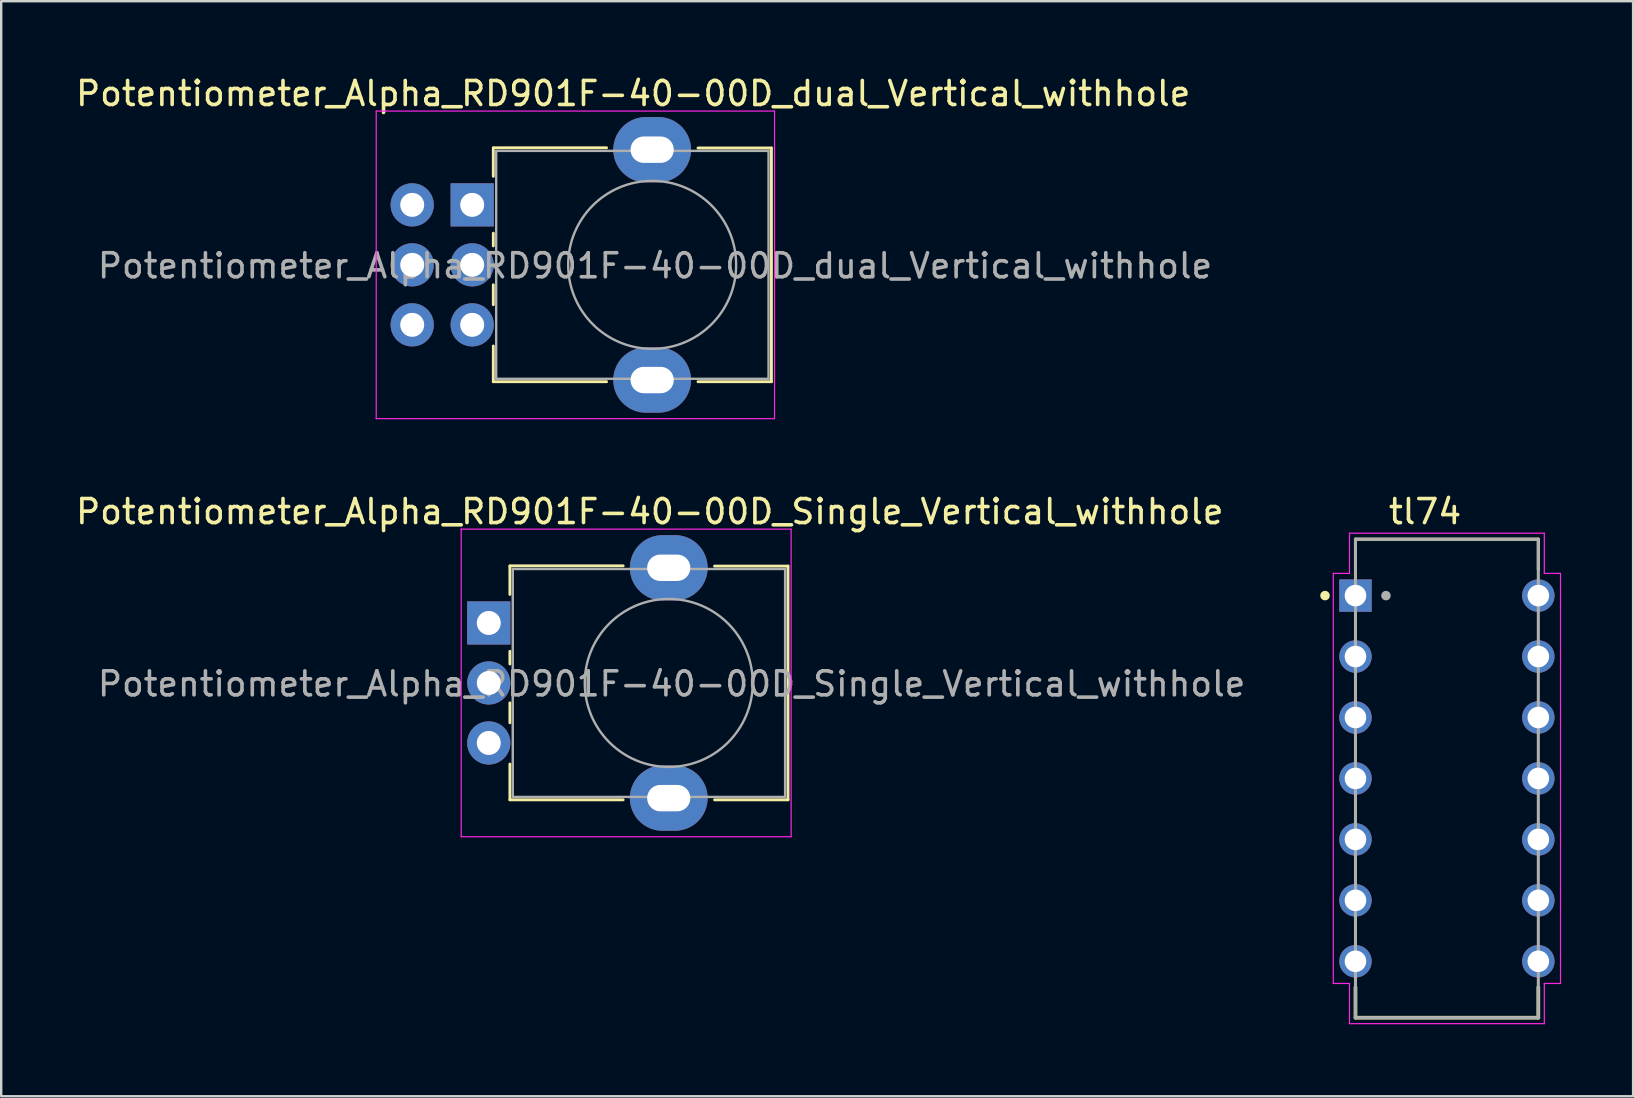
<source format=kicad_pcb>
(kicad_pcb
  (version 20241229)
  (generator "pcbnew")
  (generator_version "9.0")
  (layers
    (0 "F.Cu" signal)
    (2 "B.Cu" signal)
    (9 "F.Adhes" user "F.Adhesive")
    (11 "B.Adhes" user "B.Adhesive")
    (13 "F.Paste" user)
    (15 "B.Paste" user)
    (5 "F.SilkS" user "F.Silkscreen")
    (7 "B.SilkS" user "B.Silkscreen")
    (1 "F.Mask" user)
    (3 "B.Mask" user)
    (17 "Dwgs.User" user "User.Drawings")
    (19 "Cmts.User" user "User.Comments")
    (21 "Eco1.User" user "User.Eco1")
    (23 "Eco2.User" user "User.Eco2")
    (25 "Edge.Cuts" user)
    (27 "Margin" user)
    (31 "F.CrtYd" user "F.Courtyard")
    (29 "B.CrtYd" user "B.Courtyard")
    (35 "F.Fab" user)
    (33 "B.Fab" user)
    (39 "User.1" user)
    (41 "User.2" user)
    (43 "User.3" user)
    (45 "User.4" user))
  (footprint "Potentiometer_Alpha_RD901F-40-00D_dual_Vertical_withhole"
    (layer "F.Cu")
    (at 24.129 7.988)
    (property "Reference" "Potentiometer_Alpha_RD901F-40-00D_dual_Vertical_withhole" (at -0.79 -7.14 180) (layer "F.SilkS") (effects (font (size 1 1) (thickness 0.15))))
    (property "Description" "" (at -7.5 -2.5 0) (unlocked yes) (layer "F.Fab") (hide yes) (effects (font (size 1.27 1.27) (thickness 0.15))))
    (attr through_hole)
    (fp_line (start -6.62 -4.88) (end -1.9 -4.88) (stroke (width 0.12) (type solid)) (layer "F.SilkS"))
    (fp_line (start -6.62 -3.69) (end -6.62 -4.87) (stroke (width 0.12) (type solid)) (layer "F.SilkS"))
    (fp_line (start -6.62 -0.79) (end -6.62 -1.32) (stroke (width 0.12) (type solid)) (layer "F.SilkS"))
    (fp_line (start -6.62 1.66) (end -6.62 0.83) (stroke (width 0.12) (type solid)) (layer "F.SilkS"))
    (fp_line (start -6.62 4.87) (end -6.62 3.38) (stroke (width 0.12) (type solid)) (layer "F.SilkS"))
    (fp_line (start -6.62 4.87) (end -1.9 4.87) (stroke (width 0.12) (type solid)) (layer "F.SilkS"))
    (fp_line (start 1.91 -4.87) (end 4.97 -4.87) (stroke (width 0.12) (type solid)) (layer "F.SilkS"))
    (fp_line (start 1.91 4.87) (end 4.97 4.87) (stroke (width 0.12) (type solid)) (layer "F.SilkS"))
    (fp_line (start 4.97 4.87) (end 4.97 -4.87) (stroke (width 0.12) (type solid)) (layer "F.SilkS"))
    (fp_line (start -11.5 -6.41) (end -11.5 6.41) (stroke (width 0.05) (type solid)) (layer "F.CrtYd"))
    (fp_line (start -11.5 6.41) (end 5.1 6.41) (stroke (width 0.05) (type solid)) (layer "F.CrtYd"))
    (fp_line (start 5.1 -6.41) (end -11.5 -6.41) (stroke (width 0.05) (type solid)) (layer "F.CrtYd"))
    (fp_line (start 5.1 6.41) (end 5.1 -6.41) (stroke (width 0.05) (type solid)) (layer "F.CrtYd"))
    (fp_line (start -6.5 -4.75) (end 4.85 -4.75) (stroke (width 0.1) (type solid)) (layer "F.Fab"))
    (fp_line (start -6.5 4.75) (end -6.5 -4.75) (stroke (width 0.1) (type solid)) (layer "F.Fab"))
    (fp_line (start -6.5 4.75) (end 4.85 4.75) (stroke (width 0.1) (type solid)) (layer "F.Fab"))
    (fp_line (start 4.85 4.75) (end 4.85 -4.75) (stroke (width 0.1) (type solid)) (layer "F.Fab"))
    (fp_circle (center 0 0) (end 0 -3.5) (stroke (width 0.1) (type solid)) (fill no) (layer "F.Fab"))
    (fp_text user "${Description}" (at 7 0 90) (unlocked yes) (layer "F.SilkS") (effects (font (size 1 1) (thickness 0.1)) (justify bottom)))
    (fp_text user "${REFERENCE}" (at 0.12 0.04 0) (layer "F.Fab") (effects (font (size 1 1) (thickness 0.15))))
    (pad "" thru_hole oval (at 0 -4.8 90) (size 2.72 3.24) (drill oval 1.1 1.8) (layers "*.Cu" "*.Mask"))
    (pad "" thru_hole oval (at 0 4.8 90) (size 2.72 3.24) (drill oval 1.1 1.8) (layers "*.Cu" "*.Mask"))
    (pad "1" thru_hole rect (at -7.5 -2.5 90) (size 1.8 1.8) (drill 1) (layers "*.Cu" "*.Mask"))
    (pad "2" thru_hole circle (at -7.5 0 90) (size 1.8 1.8) (drill 1) (layers "*.Cu" "*.Mask"))
    (pad "3" thru_hole circle (at -7.5 2.5 90) (size 1.8 1.8) (drill 1) (layers "*.Cu" "*.Mask"))
    (pad "4" thru_hole circle (at -10 -2.5 90) (size 1.8 1.8) (drill 1) (layers "*.Cu" "*.Mask"))
    (pad "5" thru_hole circle (at -10 0 90) (size 1.8 1.8) (drill 1) (layers "*.Cu" "*.Mask"))
    (pad "6" thru_hole circle (at -10 2.5 90) (size 1.8 1.8) (drill 1) (layers "*.Cu" "*.Mask")))
  (footprint "Potentiometer_Alpha_RD901F-40-00D_Single_Vertical_withhole"
    (layer "F.Cu")
    (at 24.82 25.412)
    (property "Reference" "Potentiometer_Alpha_RD901F-40-00D_Single_Vertical_withhole" (at -0.79 -7.14 180) (layer "F.SilkS") (effects (font (size 1 1) (thickness 0.15))))
    (attr through_hole)
    (fp_line (start -6.62 -4.88) (end -1.9 -4.88) (stroke (width 0.12) (type solid)) (layer "F.SilkS"))
    (fp_line (start -6.62 -3.69) (end -6.62 -4.87) (stroke (width 0.12) (type solid)) (layer "F.SilkS"))
    (fp_line (start -6.62 -0.79) (end -6.62 -1.32) (stroke (width 0.12) (type solid)) (layer "F.SilkS"))
    (fp_line (start -6.62 1.66) (end -6.62 0.83) (stroke (width 0.12) (type solid)) (layer "F.SilkS"))
    (fp_line (start -6.62 4.87) (end -6.62 3.38) (stroke (width 0.12) (type solid)) (layer "F.SilkS"))
    (fp_line (start -6.62 4.87) (end -1.9 4.87) (stroke (width 0.12) (type solid)) (layer "F.SilkS"))
    (fp_line (start 1.91 -4.87) (end 4.97 -4.87) (stroke (width 0.12) (type solid)) (layer "F.SilkS"))
    (fp_line (start 1.91 4.87) (end 4.97 4.87) (stroke (width 0.12) (type solid)) (layer "F.SilkS"))
    (fp_line (start 4.97 4.87) (end 4.97 -4.87) (stroke (width 0.12) (type solid)) (layer "F.SilkS"))
    (fp_line (start -8.65 -6.41) (end -8.65 6.41) (stroke (width 0.05) (type solid)) (layer "F.CrtYd"))
    (fp_line (start -8.65 6.41) (end 5.1 6.41) (stroke (width 0.05) (type solid)) (layer "F.CrtYd"))
    (fp_line (start 5.1 -6.41) (end -8.65 -6.41) (stroke (width 0.05) (type solid)) (layer "F.CrtYd"))
    (fp_line (start 5.1 6.41) (end 5.1 -6.41) (stroke (width 0.05) (type solid)) (layer "F.CrtYd"))
    (fp_line (start -6.5 -4.75) (end 4.85 -4.75) (stroke (width 0.1) (type solid)) (layer "F.Fab"))
    (fp_line (start -6.5 4.75) (end -6.5 -4.75) (stroke (width 0.1) (type solid)) (layer "F.Fab"))
    (fp_line (start -6.5 4.75) (end 4.85 4.75) (stroke (width 0.1) (type solid)) (layer "F.Fab"))
    (fp_line (start 4.85 4.75) (end 4.85 -4.75) (stroke (width 0.1) (type solid)) (layer "F.Fab"))
    (fp_circle (center 0 0) (end 0 -3.5) (stroke (width 0.1) (type solid)) (fill no) (layer "F.Fab"))
    (fp_text user "${REFERENCE}" (at 0.12 0.04 0) (layer "F.Fab") (effects (font (size 1 1) (thickness 0.15))))
    (pad "" thru_hole oval (at 0 -4.8 90) (size 2.72 3.24) (drill oval 1.1 1.8) (layers "*.Cu" "*.Mask"))
    (pad "" thru_hole oval (at 0 4.8 90) (size 2.72 3.24) (drill oval 1.1 1.8) (layers "*.Cu" "*.Mask"))
    (pad "1" thru_hole rect (at -7.5 -2.5 90) (size 1.8 1.8) (drill 1) (layers "*.Cu" "*.Mask"))
    (pad "2" thru_hole circle (at -7.5 0 90) (size 1.8 1.8) (drill 1) (layers "*.Cu" "*.Mask"))
    (pad "3" thru_hole circle (at -7.5 2.5 90) (size 1.8 1.8) (drill 1) (layers "*.Cu" "*.Mask")))
  (footprint "tl74"
    (layer "F.Cu")
    (at 57.25 29.392)
    (property "Reference" "tl74" (at -0.91 -11.119 0) (layer "F.SilkS") (effects (font (size 1.002 1.002) (thickness 0.15))))
    (attr through_hole)
    (fp_line (start -3.81 -9.97) (end -3.81 -8.7) (stroke (width 0.127) (type solid)) (layer "F.SilkS"))
    (fp_line (start -3.81 -9.97) (end 3.81 -9.97) (stroke (width 0.127) (type solid)) (layer "F.SilkS"))
    (fp_line (start -3.81 8.7) (end -3.81 9.97) (stroke (width 0.152) (type solid)) (layer "F.SilkS"))
    (fp_line (start -3.81 9.97) (end 3.81 9.97) (stroke (width 0.152) (type solid)) (layer "F.SilkS"))
    (fp_line (start 3.81 -8.7) (end 3.81 -9.97) (stroke (width 0.127) (type solid)) (layer "F.SilkS"))
    (fp_line (start 3.81 9.97) (end 3.81 8.7) (stroke (width 0.152) (type solid)) (layer "F.SilkS"))
    (fp_circle (center -5.08 -7.62) (end -4.98 -7.62) (stroke (width 0.2) (type solid)) (fill no) (layer "F.SilkS"))
    (fp_line (start -4.735 -8.545) (end -4.06 -8.545) (stroke (width 0.05) (type solid)) (layer "F.CrtYd"))
    (fp_line (start -4.735 8.545) (end -4.735 -8.545) (stroke (width 0.05) (type solid)) (layer "F.CrtYd"))
    (fp_line (start -4.06 -10.22) (end 4.06 -10.22) (stroke (width 0.05) (type solid)) (layer "F.CrtYd"))
    (fp_line (start -4.06 -8.545) (end -4.06 -10.22) (stroke (width 0.05) (type solid)) (layer "F.CrtYd"))
    (fp_line (start -4.06 8.545) (end -4.735 8.545) (stroke (width 0.05) (type solid)) (layer "F.CrtYd"))
    (fp_line (start -4.06 10.22) (end -4.06 8.545) (stroke (width 0.05) (type solid)) (layer "F.CrtYd"))
    (fp_line (start 4.06 -10.22) (end 4.06 -8.545) (stroke (width 0.05) (type solid)) (layer "F.CrtYd"))
    (fp_line (start 4.06 -8.545) (end 4.735 -8.545) (stroke (width 0.05) (type solid)) (layer "F.CrtYd"))
    (fp_line (start 4.06 8.545) (end 4.06 10.22) (stroke (width 0.05) (type solid)) (layer "F.CrtYd"))
    (fp_line (start 4.06 10.22) (end -4.06 10.22) (stroke (width 0.05) (type solid)) (layer "F.CrtYd"))
    (fp_line (start 4.735 -8.545) (end 4.735 8.545) (stroke (width 0.05) (type solid)) (layer "F.CrtYd"))
    (fp_line (start 4.735 8.545) (end 4.06 8.545) (stroke (width 0.05) (type solid)) (layer "F.CrtYd"))
    (fp_line (start -3.81 -9.97) (end 3.81 -9.97) (stroke (width 0.127) (type solid)) (layer "F.Fab"))
    (fp_line (start -3.81 9.97) (end -3.81 -9.97) (stroke (width 0.127) (type solid)) (layer "F.Fab"))
    (fp_line (start 3.81 -9.97) (end 3.81 9.97) (stroke (width 0.127) (type solid)) (layer "F.Fab"))
    (fp_line (start 3.81 9.97) (end -3.81 9.97) (stroke (width 0.127) (type solid)) (layer "F.Fab"))
    (fp_circle (center -2.54 -7.62) (end -2.44 -7.62) (stroke (width 0.2) (type solid)) (fill no) (layer "F.Fab"))
    (pad "1" thru_hole rect (at -3.81 -7.62) (size 1.35 1.35) (drill 0.9) (layers "*.Cu" "*.Mask"))
    (pad "2" thru_hole circle (at -3.81 -5.08) (size 1.35 1.35) (drill 0.9) (layers "*.Cu" "*.Mask"))
    (pad "3" thru_hole circle (at -3.81 -2.54) (size 1.35 1.35) (drill 0.9) (layers "*.Cu" "*.Mask"))
    (pad "4" thru_hole circle (at -3.81 0) (size 1.35 1.35) (drill 0.9) (layers "*.Cu" "*.Mask"))
    (pad "5" thru_hole circle (at -3.81 2.54) (size 1.35 1.35) (drill 0.9) (layers "*.Cu" "*.Mask"))
    (pad "6" thru_hole circle (at -3.81 5.08) (size 1.35 1.35) (drill 0.9) (layers "*.Cu" "*.Mask"))
    (pad "7" thru_hole circle (at -3.81 7.62) (size 1.35 1.35) (drill 0.9) (layers "*.Cu" "*.Mask"))
    (pad "8" thru_hole circle (at 3.81 7.62) (size 1.35 1.35) (drill 0.9) (layers "*.Cu" "*.Mask"))
    (pad "9" thru_hole circle (at 3.81 5.08) (size 1.35 1.35) (drill 0.9) (layers "*.Cu" "*.Mask"))
    (pad "10" thru_hole circle (at 3.81 2.54) (size 1.35 1.35) (drill 0.9) (layers "*.Cu" "*.Mask"))
    (pad "11" thru_hole circle (at 3.81 0) (size 1.35 1.35) (drill 0.9) (layers "*.Cu" "*.Mask"))
    (pad "12" thru_hole circle (at 3.81 -2.54) (size 1.35 1.35) (drill 0.9) (layers "*.Cu" "*.Mask"))
    (pad "13" thru_hole circle (at 3.81 -5.08) (size 1.35 1.35) (drill 0.9) (layers "*.Cu" "*.Mask"))
    (pad "14" thru_hole circle (at 3.81 -7.62) (size 1.35 1.35) (drill 0.9) (layers "*.Cu" "*.Mask")))
  (gr_rect
    (start -3 -3)
    (end 65.01 42.637)
    (stroke (width 0.1) (type default))
    (fill no)
    (layer "Edge.Cuts")))
</source>
